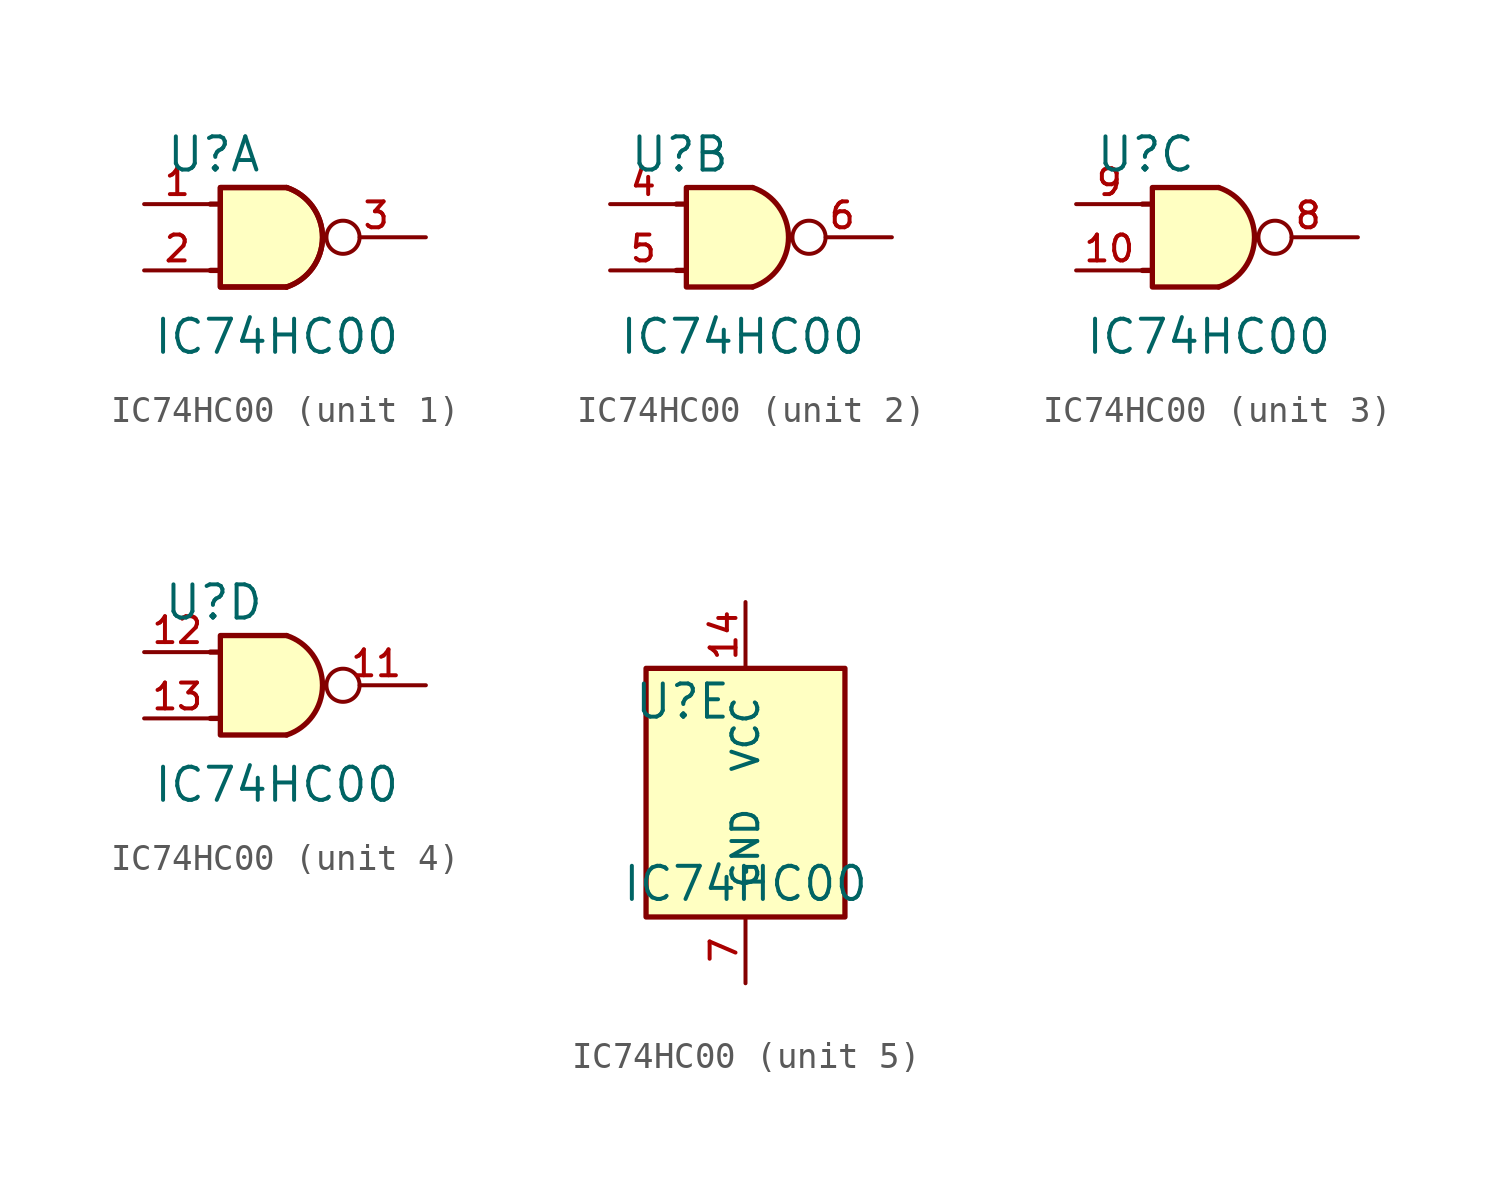
<source format=kicad_sym>
(kicad_symbol_lib
  (version 20241209)
  (generator "kicad_symbol_editor")
  (generator_version "9.0")
  (symbol "IC74HC00"
    (pin_names
      (offset 1.016))
    (property "Reference" "U"
      (at -2.413 3.175 0)
      (effects (font (size 1.27 1.27))))
    (property "Value" "IC74HC00"
      (at 0 -3.81 0)
      (effects (font (size 1.27 1.27))))
    (property "ki_locked" ""
      (at 0 0 0)
      (effects (font (size 1.27 1.27))))
    (symbol "IC74HC00_1_1"
      (polyline (pts (xy -2.54 1.27) (xy -2.159 1.27)) (stroke (width 0.203) (type solid)) (fill (type none)))
      (polyline (pts (xy -2.54 -1.27) (xy -2.159 -1.27)) (stroke (width 0.203) (type solid)) (fill (type none)))
      (arc (start 0.381 1.905) (mid 1.754 0) (end 0.381 -1.905) (stroke (width 0.2032) (type solid)) (fill (type background)))
      (arc (start 0.381 1.905) (mid 1.754 0) (end 0.381 -1.905) (stroke (width 0.2032) (type solid)) (fill (type background)))
      (polyline (pts (xy 0.381 1.905) (xy -2.159 1.905) (xy -2.159 -1.905) (xy 0.381 -1.905)) (stroke (width 0.203) (type solid)) (fill (type background)))
      (polyline (pts (xy 0.381 1.905) (xy -2.159 1.905) (xy -2.159 -1.905) (xy 0.381 -1.905)) (stroke (width 0.203) (type solid)) (fill (type background)))
      (pin input line (at -5.08 1.27 0) (length 2.54) (name "4A" (effects (font (size 0 0)))) (number "1" (effects (font (size 0.991 0.991)))))
      (pin input line (at -5.08 -1.27 0) (length 2.54) (name "4B" (effects (font (size 0 0)))) (number "2" (effects (font (size 0.991 0.991)))))
      (pin output inverted (at 5.715 0 180) (length 3.81) (name "4Y" (effects (font (size 0 0)))) (number "3" (effects (font (size 0.991 0.991))))))
    (symbol "IC74HC00_2_1"
      (polyline (pts (xy -2.54 1.27) (xy -2.159 1.27)) (stroke (width 0.203) (type solid)) (fill (type none)))
      (polyline (pts (xy -2.54 -1.27) (xy -2.159 -1.27)) (stroke (width 0.203) (type solid)) (fill (type none)))
      (arc (start 0.381 1.905) (mid 1.754 0) (end 0.381 -1.905) (stroke (width 0.2032) (type solid)) (fill (type background)))
      (polyline (pts (xy 0.381 1.905) (xy -2.159 1.905) (xy -2.159 -1.905) (xy 0.381 -1.905)) (stroke (width 0.203) (type solid)) (fill (type background)))
      (pin input line (at -5.08 1.27 0) (length 2.54) (name "4A" (effects (font (size 0 0)))) (number "4" (effects (font (size 0.991 0.991)))))
      (pin input line (at -5.08 -1.27 0) (length 2.54) (name "4B" (effects (font (size 0 0)))) (number "5" (effects (font (size 0.991 0.991)))))
      (pin output inverted (at 5.715 0 180) (length 3.81) (name "4Y" (effects (font (size 0 0)))) (number "6" (effects (font (size 0.991 0.991))))))
    (symbol "IC74HC00_3_1"
      (polyline (pts (xy -2.54 1.27) (xy -2.159 1.27)) (stroke (width 0.203) (type solid)) (fill (type none)))
      (polyline (pts (xy -2.54 -1.27) (xy -2.159 -1.27)) (stroke (width 0.203) (type solid)) (fill (type none)))
      (arc (start 0.381 1.905) (mid 1.754 0) (end 0.381 -1.905) (stroke (width 0.2032) (type solid)) (fill (type background)))
      (polyline (pts (xy 0.381 1.905) (xy -2.159 1.905) (xy -2.159 -1.905) (xy 0.381 -1.905)) (stroke (width 0.203) (type solid)) (fill (type background)))
      (pin input line (at -5.08 1.27 0) (length 2.54) (name "4A" (effects (font (size 0 0)))) (number "9" (effects (font (size 0.991 0.991)))))
      (pin input line (at -5.08 -1.27 0) (length 2.54) (name "4B" (effects (font (size 0 0)))) (number "10" (effects (font (size 0.991 0.991)))))
      (pin output inverted (at 5.715 0 180) (length 3.81) (name "4Y" (effects (font (size 0 0)))) (number "8" (effects (font (size 0.991 0.991))))))
    (symbol "IC74HC00_4_1"
      (polyline (pts (xy -2.54 -1.27) (xy -2.159 -1.27)) (stroke (width 0.203) (type solid)) (fill (type none)))
      (polyline (pts (xy -2.159 1.27) (xy -2.54 1.27)) (stroke (width 0.203) (type solid)) (fill (type none)))
      (arc (start 0.381 1.905) (mid 1.754 0) (end 0.381 -1.905) (stroke (width 0.2032) (type solid)) (fill (type background)))
      (polyline (pts (xy 0.381 1.905) (xy -2.159 1.905) (xy -2.159 -1.905) (xy 0.381 -1.905)) (stroke (width 0.203) (type solid)) (fill (type background)))
      (pin input line (at -5.08 1.27 0) (length 2.54) (name "4A" (effects (font (size 0 0)))) (number "12" (effects (font (size 0.991 0.991)))))
      (pin input line (at -5.08 -1.27 0) (length 2.54) (name "4B" (effects (font (size 0 0)))) (number "13" (effects (font (size 0.991 0.991)))))
      (pin output inverted (at 5.715 0 180) (length 3.81) (name "4Y" (effects (font (size 0 0)))) (number "11" (effects (font (size 0.991 0.991))))))
    (symbol "IC74HC00_5_1"
      (rectangle (start -3.81 4.445) (end 3.81 -5.08) (stroke (width 0.203) (type solid)) (fill (type background)))
      (pin power_in line (at 0 6.985 270) (length 2.54) (name "VCC" (effects (font (size 0.991 0.991)))) (number "14" (effects (font (size 0.991 0.991)))))
      (pin power_in line (at 0 -7.62 90) (length 2.54) (name "GND" (effects (font (size 0.991 0.991)))) (number "7" (effects (font (size 0.991 0.991))))))))
</source>
